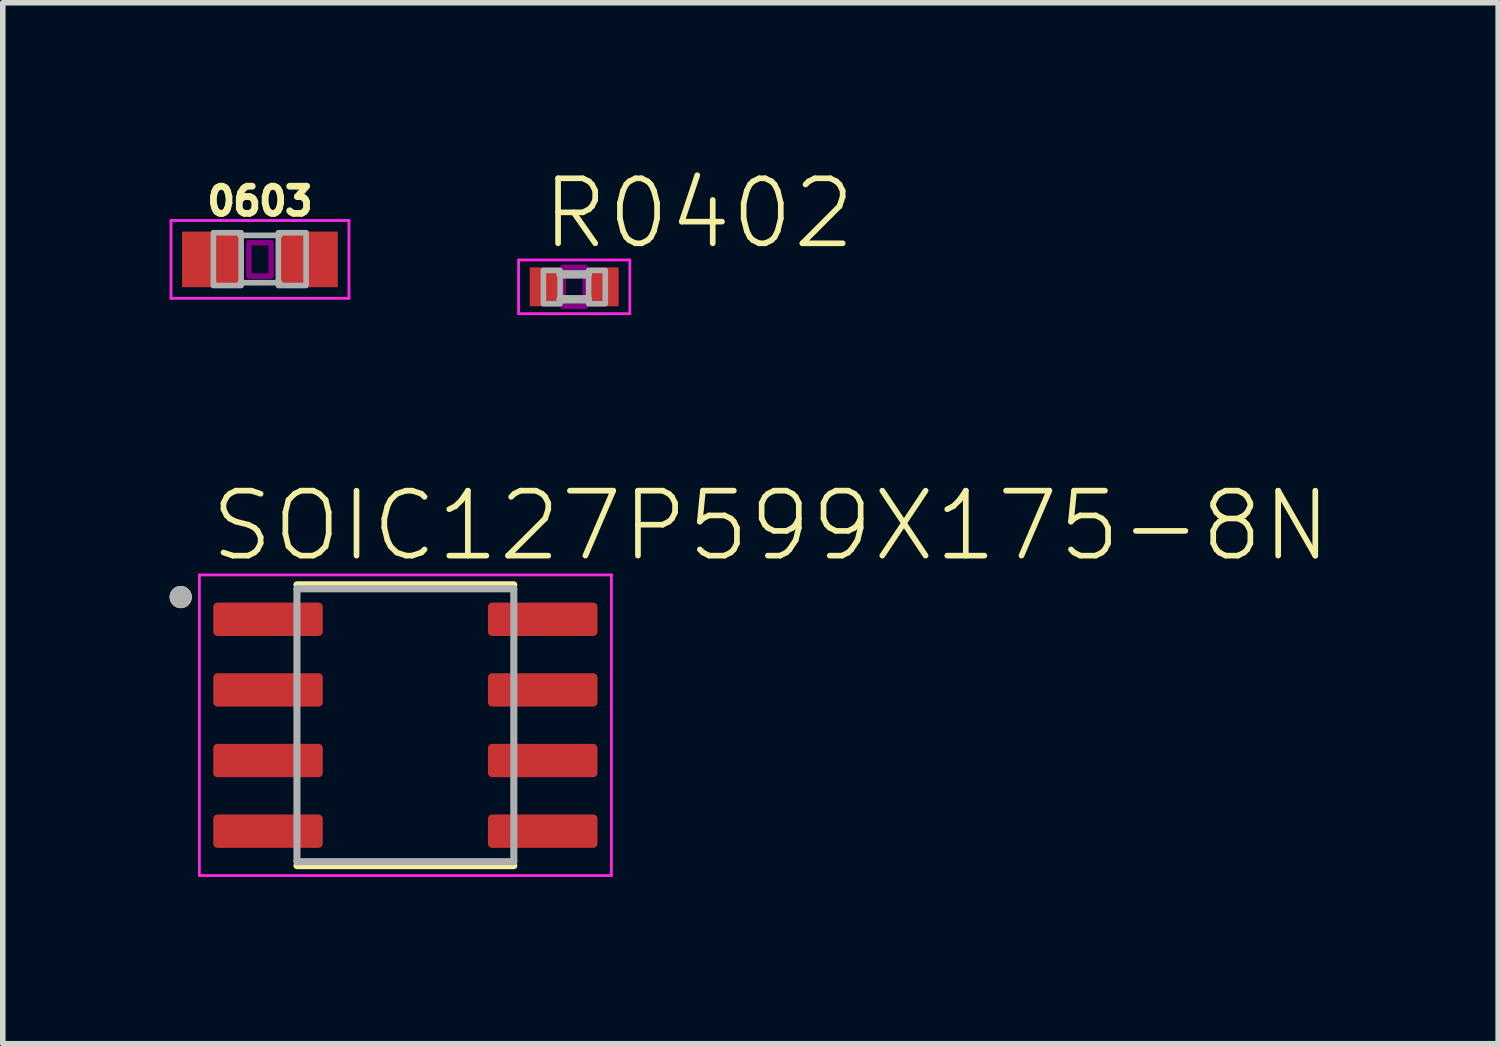
<source format=kicad_pcb>
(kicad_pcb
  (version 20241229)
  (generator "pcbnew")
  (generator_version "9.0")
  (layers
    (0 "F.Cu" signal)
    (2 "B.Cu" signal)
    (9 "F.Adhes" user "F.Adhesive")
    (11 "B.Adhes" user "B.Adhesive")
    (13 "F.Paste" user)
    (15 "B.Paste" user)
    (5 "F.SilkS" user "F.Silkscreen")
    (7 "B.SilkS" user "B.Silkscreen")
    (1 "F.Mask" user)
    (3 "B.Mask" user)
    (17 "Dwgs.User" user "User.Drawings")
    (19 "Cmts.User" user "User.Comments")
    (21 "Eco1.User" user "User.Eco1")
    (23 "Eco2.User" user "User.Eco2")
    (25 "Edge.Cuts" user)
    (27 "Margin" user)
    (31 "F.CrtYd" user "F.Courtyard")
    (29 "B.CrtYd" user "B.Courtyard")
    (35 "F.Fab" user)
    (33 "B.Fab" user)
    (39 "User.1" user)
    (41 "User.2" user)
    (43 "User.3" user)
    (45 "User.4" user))
  (footprint "R0402"
    (layer "F.Cu")
    (at 7.276 2.108)
    (property "Reference" "R0402" (at -0.635 -0.635 0) (layer "F.SilkS") (effects (font (size 1.168 1.168) (thickness 0.102)) (justify left bottom)))
    (fp_poly (pts (xy -0.2 0.35) (xy 0.2 0.35) (xy 0.2 -0.35) (xy -0.2 -0.35)) (stroke (width 0.1) (type solid)) (fill no) (layer "F.Adhes"))
    (fp_line (start -1 -0.483) (end 1 -0.483) (stroke (width 0.051) (type solid)) (layer "F.CrtYd"))
    (fp_line (start -1 0.483) (end -1 -0.483) (stroke (width 0.051) (type solid)) (layer "F.CrtYd"))
    (fp_line (start 1 -0.483) (end 1 0.483) (stroke (width 0.051) (type solid)) (layer "F.CrtYd"))
    (fp_line (start 1 0.483) (end -1 0.483) (stroke (width 0.051) (type solid)) (layer "F.CrtYd"))
    (fp_line (start -0.245 -0.224) (end 0.245 -0.224) (stroke (width 0.152) (type solid)) (layer "F.Fab"))
    (fp_line (start 0.245 0.224) (end -0.245 0.224) (stroke (width 0.152) (type solid)) (layer "F.Fab"))
    (fp_poly (pts (xy -0.554 0.305) (xy -0.254 0.305) (xy -0.254 -0.295) (xy -0.554 -0.295)) (stroke (width 0.1) (type solid)) (fill no) (layer "F.Fab"))
    (fp_poly (pts (xy 0.259 0.305) (xy 0.559 0.305) (xy 0.559 -0.295) (xy 0.259 -0.295)) (stroke (width 0.1) (type solid)) (fill no) (layer "F.Fab"))
    (pad "1" smd rect (at -0.5 0) (size 0.6 0.7) (layers "F.Cu" "F.Mask" "F.Paste"))
    (pad "2" smd rect (at 0.5 0) (size 0.6 0.7) (layers "F.Cu" "F.Mask" "F.Paste")))
  (footprint "0603"
    (layer "F.Cu")
    (at 1.625 1.615)
    (property "Reference" "0603" (at 0 -0.762 0) (layer "F.SilkS") (effects (font (size 0.488 0.488) (thickness 0.122)) (justify bottom)))
    (fp_poly (pts (xy -0.2 0.3) (xy 0.2 0.3) (xy 0.2 -0.3) (xy -0.2 -0.3)) (stroke (width 0.1) (type solid)) (fill no) (layer "F.Adhes"))
    (fp_line (start -1.6 -0.7) (end 1.6 -0.7) (stroke (width 0.051) (type solid)) (layer "F.CrtYd"))
    (fp_line (start -1.6 0.7) (end -1.6 -0.7) (stroke (width 0.051) (type solid)) (layer "F.CrtYd"))
    (fp_line (start 1.6 -0.7) (end 1.6 0.7) (stroke (width 0.051) (type solid)) (layer "F.CrtYd"))
    (fp_line (start 1.6 0.7) (end -1.6 0.7) (stroke (width 0.051) (type solid)) (layer "F.CrtYd"))
    (fp_line (start -0.356 -0.432) (end 0.356 -0.432) (stroke (width 0.102) (type solid)) (layer "F.Fab"))
    (fp_line (start -0.356 0.419) (end 0.356 0.419) (stroke (width 0.102) (type solid)) (layer "F.Fab"))
    (fp_poly (pts (xy -0.838 0.47) (xy -0.338 0.47) (xy -0.338 -0.48) (xy -0.838 -0.48)) (stroke (width 0.1) (type solid)) (fill no) (layer "F.Fab"))
    (fp_poly (pts (xy 0.33 0.47) (xy 0.83 0.47) (xy 0.83 -0.48) (xy 0.33 -0.48)) (stroke (width 0.1) (type solid)) (fill no) (layer "F.Fab"))
    (pad "1" smd rect (at -0.85 0) (size 1.1 1) (layers "F.Cu" "F.Mask" "F.Paste"))
    (pad "2" smd rect (at 0.85 0) (size 1.1 1) (layers "F.Cu" "F.Mask" "F.Paste")))
  (footprint "SOIC127P599X175-8N"
    (layer "F.Cu")
    (at 4.24 9.992)
    (property "Reference" "SOIC127P599X175-8N" (at -3.56 -2.902 0) (layer "F.SilkS") (effects (font (size 1.168 1.168) (thickness 0.102)) (justify left bottom)))
    (fp_line (start -1.95 -2.525) (end 1.95 -2.525) (stroke (width 0.127) (type solid)) (layer "F.SilkS"))
    (fp_line (start -1.95 2.525) (end 1.95 2.525) (stroke (width 0.127) (type solid)) (layer "F.SilkS"))
    (fp_circle (center -4.04 -2.305) (end -3.94 -2.305) (stroke (width 0.2) (type solid)) (fill no) (layer "F.SilkS"))
    (fp_line (start -3.705 -2.703) (end -3.705 2.703) (stroke (width 0.05) (type solid)) (layer "F.CrtYd"))
    (fp_line (start -3.705 -2.703) (end 3.705 -2.703) (stroke (width 0.05) (type solid)) (layer "F.CrtYd"))
    (fp_line (start -3.705 2.703) (end 3.705 2.703) (stroke (width 0.05) (type solid)) (layer "F.CrtYd"))
    (fp_line (start 3.705 -2.703) (end 3.705 2.703) (stroke (width 0.05) (type solid)) (layer "F.CrtYd"))
    (fp_line (start -1.95 -2.453) (end -1.95 2.453) (stroke (width 0.127) (type solid)) (layer "F.Fab"))
    (fp_line (start -1.95 -2.453) (end 1.95 -2.453) (stroke (width 0.127) (type solid)) (layer "F.Fab"))
    (fp_line (start -1.95 2.453) (end 1.95 2.453) (stroke (width 0.127) (type solid)) (layer "F.Fab"))
    (fp_line (start 1.95 -2.453) (end 1.95 2.453) (stroke (width 0.127) (type solid)) (layer "F.Fab"))
    (fp_circle (center -4.04 -2.305) (end -3.94 -2.305) (stroke (width 0.2) (type solid)) (fill no) (layer "F.Fab"))
    (pad "1" smd roundrect (at -2.47 -1.905) (size 1.97 0.6) (layers "F.Cu" "F.Mask" "F.Paste") (roundrect_rratio 0.125))
    (pad "2" smd roundrect (at -2.47 -0.635) (size 1.97 0.6) (layers "F.Cu" "F.Mask" "F.Paste") (roundrect_rratio 0.125))
    (pad "3" smd roundrect (at -2.47 0.635) (size 1.97 0.6) (layers "F.Cu" "F.Mask" "F.Paste") (roundrect_rratio 0.125))
    (pad "4" smd roundrect (at -2.47 1.905) (size 1.97 0.6) (layers "F.Cu" "F.Mask" "F.Paste") (roundrect_rratio 0.125))
    (pad "5" smd roundrect (at 2.47 1.905) (size 1.97 0.6) (layers "F.Cu" "F.Mask" "F.Paste") (roundrect_rratio 0.125))
    (pad "6" smd roundrect (at 2.47 0.635) (size 1.97 0.6) (layers "F.Cu" "F.Mask" "F.Paste") (roundrect_rratio 0.125))
    (pad "7" smd roundrect (at 2.47 -0.635) (size 1.97 0.6) (layers "F.Cu" "F.Mask" "F.Paste") (roundrect_rratio 0.125))
    (pad "8" smd roundrect (at 2.47 -1.905) (size 1.97 0.6) (layers "F.Cu" "F.Mask" "F.Paste") (roundrect_rratio 0.125)))
  (gr_rect
    (start -3 -3)
    (end 23.892 15.719)
    (stroke (width 0.1) (type default))
    (fill no)
    (layer "Edge.Cuts")))
</source>
